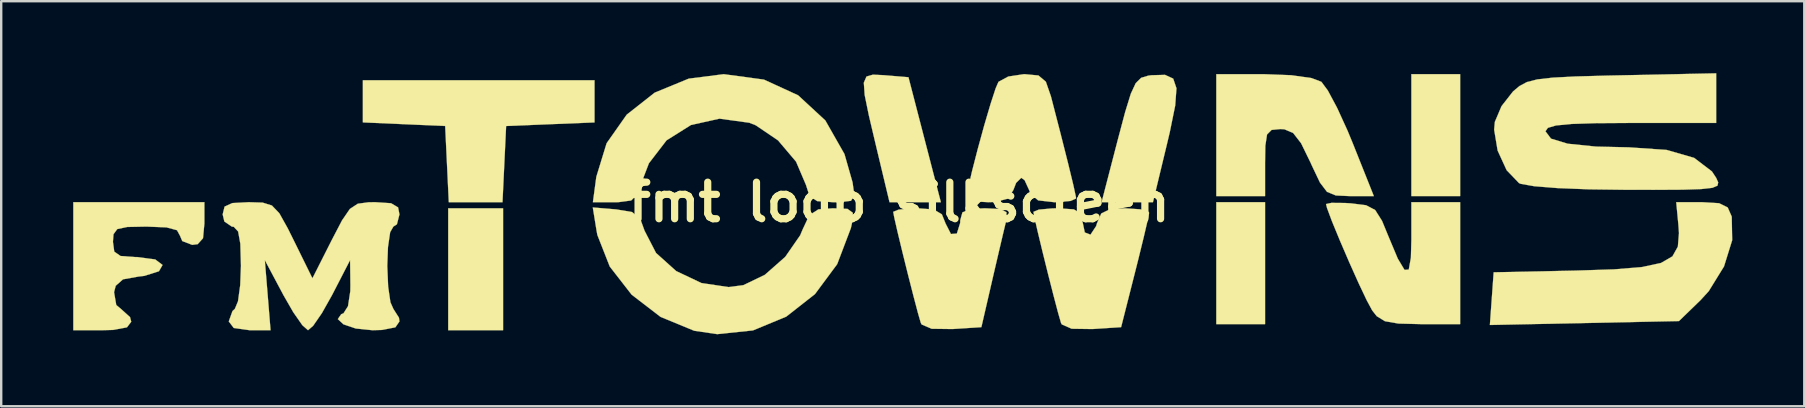
<source format=kicad_pcb>
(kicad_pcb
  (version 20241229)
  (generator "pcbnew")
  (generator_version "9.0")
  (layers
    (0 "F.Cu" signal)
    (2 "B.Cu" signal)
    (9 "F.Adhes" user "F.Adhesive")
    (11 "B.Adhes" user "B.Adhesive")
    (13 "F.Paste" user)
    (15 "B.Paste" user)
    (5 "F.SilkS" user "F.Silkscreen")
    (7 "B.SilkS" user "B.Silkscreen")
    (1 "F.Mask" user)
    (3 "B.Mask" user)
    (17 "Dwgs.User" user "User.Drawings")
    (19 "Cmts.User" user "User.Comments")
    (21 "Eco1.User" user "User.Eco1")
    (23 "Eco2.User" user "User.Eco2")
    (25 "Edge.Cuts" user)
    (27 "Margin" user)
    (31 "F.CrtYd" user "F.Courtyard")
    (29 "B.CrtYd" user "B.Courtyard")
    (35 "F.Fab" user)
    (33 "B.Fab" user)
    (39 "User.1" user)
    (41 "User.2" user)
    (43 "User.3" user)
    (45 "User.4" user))
  (footprint "fmt logo silkscreen"
    (layer "F.Cu")
    (at 34.422 5.375)
    (property "Reference" "fmt logo silkscreen" (at 0 0 0) (layer "F.SilkS") (effects (font (size 1.524 1.524) (thickness 0.3))))
    (attr through_hole)
    (fp_poly (pts (xy -16.51 5.334) (xy -18.796 5.334) (xy -18.796 0.254) (xy -16.51 0.254) (xy -16.51 5.334)) (stroke (width 0.01) (type solid)) (fill yes) (layer "F.SilkS"))
    (fp_poly (pts (xy 15.24 5.08) (xy 13.208 5.08) (xy 13.208 0) (xy 15.24 0) (xy 15.24 5.08)) (stroke (width 0.01) (type solid)) (fill yes) (layer "F.SilkS"))
    (fp_poly (pts (xy 23.368 -0.254) (xy 21.336 -0.254) (xy 21.336 -5.334) (xy 23.368 -5.334) (xy 23.368 -0.254)) (stroke (width 0.01) (type solid)) (fill yes) (layer "F.SilkS"))
    (fp_poly (pts (xy -12.7 -3.324) (xy -16.383 -3.175) (xy -16.459 -1.587) (xy -16.534 0) (xy -18.772 0) (xy -18.923 -3.175) (xy -20.637 -3.25) (xy -22.352 -3.325) (xy -22.352 -5.08) (xy -12.7 -5.08) (xy -12.7 -3.324)) (stroke (width 0.01) (type solid)) (fill yes) (layer "F.SilkS"))
    (fp_poly (pts (xy -0.66 -5.293) (xy -0.572 -5.286) (xy 0.381 -5.207) (xy 1.731 0) (xy -0.408 0) (xy -0.97 -2.349) (xy -1.269 -3.615) (xy -1.443 -4.465) (xy -1.479 -4.979) (xy -1.368 -5.236) (xy -1.099 -5.314) (xy -0.66 -5.293)) (stroke (width 0.01) (type solid)) (fill yes) (layer "F.SilkS"))
    (fp_poly (pts (xy 11.412 -5.149) (xy 11.548 -4.748) (xy 11.496 -4.03) (xy 11.271 -2.925) (xy 11.155 -2.435) (xy 10.568 0) (xy 8.429 0) (xy 9.104 -2.603) (xy 9.412 -3.762) (xy 9.645 -4.518) (xy 9.851 -4.961) (xy 10.077 -5.183) (xy 10.37 -5.272) (xy 10.508 -5.29) (xy 11.071 -5.306) (xy 11.412 -5.149)) (stroke (width 0.01) (type solid)) (fill yes) (layer "F.SilkS"))
    (fp_poly (pts (xy 34.158 0.042) (xy 34.517 0.22) (xy 34.685 0.601) (xy 34.703 1.584) (xy 34.363 2.676) (xy 33.728 3.705) (xy 33.393 4.073) (xy 32.485 4.953) (xy 24.607 5.116) (xy 24.686 4.019) (xy 24.765 2.921) (xy 28.183 2.85) (xy 29.789 2.798) (xy 30.953 2.701) (xy 31.739 2.531) (xy 32.213 2.257) (xy 32.44 1.852) (xy 32.486 1.286) (xy 32.463 0.958) (xy 32.372 0) (xy 33.453 0) (xy 34.158 0.042)) (stroke (width 0.01) (type solid)) (fill yes) (layer "F.SilkS"))
    (fp_poly (pts (xy 16.33 -5.291) (xy 17.175 -5.172) (xy 17.587 -5.016) (xy 17.858 -4.649) (xy 18.242 -3.931) (xy 18.674 -2.986) (xy 18.885 -2.477) (xy 19.772 -0.254) (xy 18.762 -0.254) (xy 18.19 -0.28) (xy 17.821 -0.431) (xy 17.527 -0.818) (xy 17.178 -1.552) (xy 17.134 -1.651) (xy 16.742 -2.455) (xy 16.411 -2.882) (xy 16.046 -3.038) (xy 15.878 -3.048) (xy 15.513 -3.012) (xy 15.322 -2.822) (xy 15.251 -2.352) (xy 15.24 -1.651) (xy 15.24 -0.254) (xy 13.208 -0.254) (xy 13.208 -5.334) (xy 15.191 -5.334) (xy 16.33 -5.291)) (stroke (width 0.01) (type solid)) (fill yes) (layer "F.SilkS"))
    (fp_poly (pts (xy 23.368 5.08) (xy 21.723 5.08) (xy 20.797 5.057) (xy 20.234 4.959) (xy 19.89 4.747) (xy 19.702 4.506) (xy 19.474 4.083) (xy 19.135 3.367) (xy 18.743 2.492) (xy 18.355 1.591) (xy 18.028 0.797) (xy 17.822 0.244) (xy 17.78 0.077) (xy 18.005 0.028) (xy 18.57 0.033) (xy 18.827 0.049) (xy 19.448 0.126) (xy 19.828 0.326) (xy 20.113 0.776) (xy 20.369 1.397) (xy 20.77 2.352) (xy 21.051 2.821) (xy 21.227 2.807) (xy 21.316 2.314) (xy 21.336 1.575) (xy 21.336 0) (xy 23.368 0) (xy 23.368 5.08)) (stroke (width 0.01) (type solid)) (fill yes) (layer "F.SilkS"))
    (fp_poly (pts (xy -11.798 0.3) (xy -11.136 0.41) (xy -10.797 0.686) (xy -10.617 1.185) (xy -10.137 2.115) (xy -9.298 2.869) (xy -8.244 3.369) (xy -7.115 3.537) (xy -6.498 3.457) (xy -5.603 3.026) (xy -4.753 2.277) (xy -4.132 1.382) (xy -4.025 1.13) (xy -3.75 0.542) (xy -3.373 0.299) (xy -2.77 0.254) (xy -2.159 0.279) (xy -1.934 0.443) (xy -1.974 0.879) (xy -2.018 1.079) (xy -2.589 2.582) (xy -3.514 3.829) (xy -4.711 4.768) (xy -6.097 5.342) (xy -7.588 5.498) (xy -8.55 5.356) (xy -9.949 4.779) (xy -11.154 3.853) (xy -12.065 2.681) (xy -12.582 1.365) (xy -12.615 1.185) (xy -12.772 0.219) (xy -11.798 0.3)) (stroke (width 0.01) (type solid)) (fill yes) (layer "F.SilkS"))
    (fp_poly (pts (xy -5.641 -5.108) (xy -4.216 -4.454) (xy -3.083 -3.407) (xy -2.285 -2.005) (xy -1.948 -0.826) (xy -1.874 -0.291) (xy -2.013 -0.058) (xy -2.49 -0.001) (xy -2.769 0) (xy -3.421 -0.045) (xy -3.739 -0.253) (xy -3.892 -0.727) (xy -4.303 -1.69) (xy -5.053 -2.575) (xy -5.981 -3.204) (xy -6.248 -3.31) (xy -7.492 -3.481) (xy -8.68 -3.217) (xy -9.698 -2.578) (xy -10.434 -1.621) (xy -10.673 -0.997) (xy -10.886 -0.357) (xy -11.173 -0.072) (xy -11.701 -0.001) (xy -11.854 0) (xy -12.767 0) (xy -12.625 -1.058) (xy -12.196 -2.457) (xy -11.359 -3.647) (xy -10.192 -4.565) (xy -8.775 -5.148) (xy -7.316 -5.334) (xy -5.641 -5.108)) (stroke (width 0.01) (type solid)) (fill yes) (layer "F.SilkS"))
    (fp_poly (pts (xy 10.036 0.296) (xy 10.384 0.402) (xy 10.408 0.445) (xy 10.346 0.76) (xy 10.186 1.447) (xy 9.956 2.385) (xy 9.821 2.921) (xy 9.241 5.207) (xy 8.047 5.285) (xy 7.182 5.273) (xy 6.77 5.092) (xy 6.738 5.031) (xy 6.62 4.622) (xy 6.429 3.898) (xy 6.199 2.996) (xy 5.966 2.056) (xy 5.764 1.217) (xy 5.627 0.617) (xy 5.588 0.402) (xy 5.814 0.309) (xy 6.377 0.258) (xy 6.604 0.254) (xy 7.271 0.298) (xy 7.565 0.472) (xy 7.62 0.747) (xy 7.728 1.26) (xy 7.965 1.353) (xy 8.201 0.996) (xy 8.233 0.887) (xy 8.414 0.471) (xy 8.784 0.29) (xy 9.403 0.254) (xy 10.036 0.296)) (stroke (width 0.01) (type solid)) (fill yes) (layer "F.SilkS"))
    (fp_poly (pts (xy 4.206 0.282) (xy 4.466 0.418) (xy 4.46 0.742) (xy 4.44 0.826) (xy 4.315 1.347) (xy 4.117 2.192) (xy 3.885 3.187) (xy 3.859 3.302) (xy 3.419 5.207) (xy 2.215 5.285) (xy 1.347 5.274) (xy 0.931 5.095) (xy 0.896 5.031) (xy 0.778 4.622) (xy 0.587 3.898) (xy 0.357 2.996) (xy 0.124 2.056) (xy -0.078 1.217) (xy -0.215 0.617) (xy -0.254 0.402) (xy -0.029 0.309) (xy 0.534 0.258) (xy 0.757 0.254) (xy 1.434 0.302) (xy 1.774 0.506) (xy 1.927 0.887) (xy 2.151 1.325) (xy 2.397 1.307) (xy 2.536 0.864) (xy 2.54 0.747) (xy 2.63 0.424) (xy 2.988 0.281) (xy 3.561 0.254) (xy 4.206 0.282)) (stroke (width 0.01) (type solid)) (fill yes) (layer "F.SilkS"))
    (fp_poly (pts (xy 5.799 -5.28) (xy 6.106 -5.02) (xy 6.318 -4.409) (xy 6.325 -4.381) (xy 6.719 -2.856) (xy 7.033 -1.613) (xy 7.251 -0.714) (xy 7.358 -0.22) (xy 7.366 -0.154) (xy 7.142 -0.053) (xy 6.59 -0.002) (xy 6.453 0) (xy 5.785 -0.076) (xy 5.465 -0.35) (xy 5.408 -0.508) (xy 5.219 -0.919) (xy 5.08 -1.016) (xy 4.867 -0.805) (xy 4.752 -0.508) (xy 4.522 -0.147) (xy 3.993 -0.009) (xy 3.707 0) (xy 3.109 -0.033) (xy 2.804 -0.116) (xy 2.794 -0.136) (xy 2.86 -0.555) (xy 3.032 -1.3) (xy 3.272 -2.231) (xy 3.541 -3.21) (xy 3.802 -4.095) (xy 4.015 -4.747) (xy 4.132 -5.016) (xy 4.54 -5.236) (xy 5.189 -5.334) (xy 5.228 -5.334) (xy 5.799 -5.28)) (stroke (width 0.01) (type solid)) (fill yes) (layer "F.SilkS"))
    (fp_poly (pts (xy -31.686 -0.000046) (xy -28.956 0) (xy -28.956 0.889) (xy -29.013 1.502) (xy -29.235 1.749) (xy -29.464 1.778) (xy -29.878 1.619) (xy -29.972 1.397) (xy -30.097 1.167) (xy -30.538 1.049) (xy -31.369 1.016) (xy -32.169 1.032) (xy -32.586 1.12) (xy -32.743 1.334) (xy -32.766 1.651) (xy -32.711 2.06) (xy -32.449 2.242) (xy -31.838 2.286) (xy -31.75 2.286) (xy -31.003 2.385) (xy -30.699 2.615) (xy -30.848 2.877) (xy -31.456 3.07) (xy -31.686 3.096) (xy -32.347 3.214) (xy -32.65 3.482) (xy -32.72 3.748) (xy -32.628 4.283) (xy -32.403 4.473) (xy -32.054 4.789) (xy -32.004 4.98) (xy -32.181 5.214) (xy -32.757 5.322) (xy -33.211 5.334) (xy -34.417 5.334) (xy -34.417 -0.000091) (xy -31.686 -0.000046)) (stroke (width 0.01) (type solid)) (fill yes) (layer "F.SilkS"))
    (fp_poly (pts (xy 34.036 -3.302) (xy 30.48 -3.302) (xy 29.024 -3.293) (xy 28.007 -3.26) (xy 27.364 -3.198) (xy 27.025 -3.099) (xy 26.924 -2.957) (xy 26.924 -2.953) (xy 27.154 -2.648) (xy 27.851 -2.437) (xy 29.027 -2.317) (xy 30.397 -2.286) (xy 31.973 -2.178) (xy 33.118 -1.847) (xy 33.859 -1.283) (xy 34.037 -1.013) (xy 34.121 -0.824) (xy 34.091 -0.689) (xy 33.878 -0.599) (xy 33.414 -0.547) (xy 32.629 -0.521) (xy 31.457 -0.515) (xy 30.298 -0.516) (xy 28.734 -0.536) (xy 27.427 -0.588) (xy 26.455 -0.666) (xy 25.893 -0.765) (xy 25.821 -0.796) (xy 25.305 -1.334) (xy 24.93 -2.151) (xy 24.785 -3.022) (xy 24.814 -3.346) (xy 25.092 -4.002) (xy 25.572 -4.615) (xy 25.842 -4.842) (xy 26.149 -5.005) (xy 26.581 -5.116) (xy 27.226 -5.19) (xy 28.172 -5.239) (xy 29.506 -5.275) (xy 30.119 -5.288) (xy 34.036 -5.37) (xy 34.036 -3.302)) (stroke (width 0.01) (type solid)) (fill yes) (layer "F.SilkS"))
    (fp_poly (pts (xy -21.177 0.043) (xy -20.885 0.216) (xy -20.828 0.508) (xy -20.934 0.921) (xy -21.082 1.016) (xy -21.215 1.249) (xy -21.306 1.866) (xy -21.336 2.652) (xy -21.299 3.519) (xy -21.204 4.169) (xy -21.082 4.445) (xy -20.848 4.813) (xy -20.828 4.968) (xy -20.998 5.214) (xy -21.558 5.323) (xy -21.956 5.334) (xy -22.647 5.263) (xy -23.161 5.089) (xy -23.396 4.871) (xy -23.255 4.668) (xy -23.159 4.629) (xy -22.972 4.333) (xy -22.876 3.706) (xy -22.872 3.471) (xy -22.884 2.413) (xy -23.638 3.873) (xy -24.061 4.624) (xy -24.425 5.151) (xy -24.638 5.334) (xy -24.874 5.126) (xy -25.252 4.584) (xy -25.661 3.873) (xy -26.438 2.413) (xy -26.318 3.873) (xy -26.199 5.334) (xy -27.069 5.334) (xy -27.732 5.241) (xy -27.94 4.968) (xy -27.785 4.536) (xy -27.686 4.445) (xy -27.555 4.128) (xy -27.463 3.454) (xy -27.432 2.652) (xy -27.458 1.731) (xy -27.55 1.221) (xy -27.731 1.027) (xy -27.813 1.016) (xy -28.123 0.804) (xy -28.194 0.508) (xy -28.115 0.184) (xy -27.791 0.036) (xy -27.105 0) (xy -26.526 0.018) (xy -26.142 0.138) (xy -25.833 0.461) (xy -25.483 1.087) (xy -25.235 1.586) (xy -24.454 3.172) (xy -23.653 1.586) (xy -23.219 0.755) (xy -22.894 0.281) (xy -22.563 0.063) (xy -22.112 0.003) (xy -21.84 0) (xy -21.177 0.043)) (stroke (width 0.01) (type solid)) (fill yes) (layer "F.SilkS")))
  (gr_rect
    (start -3 -3)
    (end 72.13 13.878)
    (stroke (width 0.1) (type default))
    (fill no)
    (layer "Edge.Cuts")))
</source>
